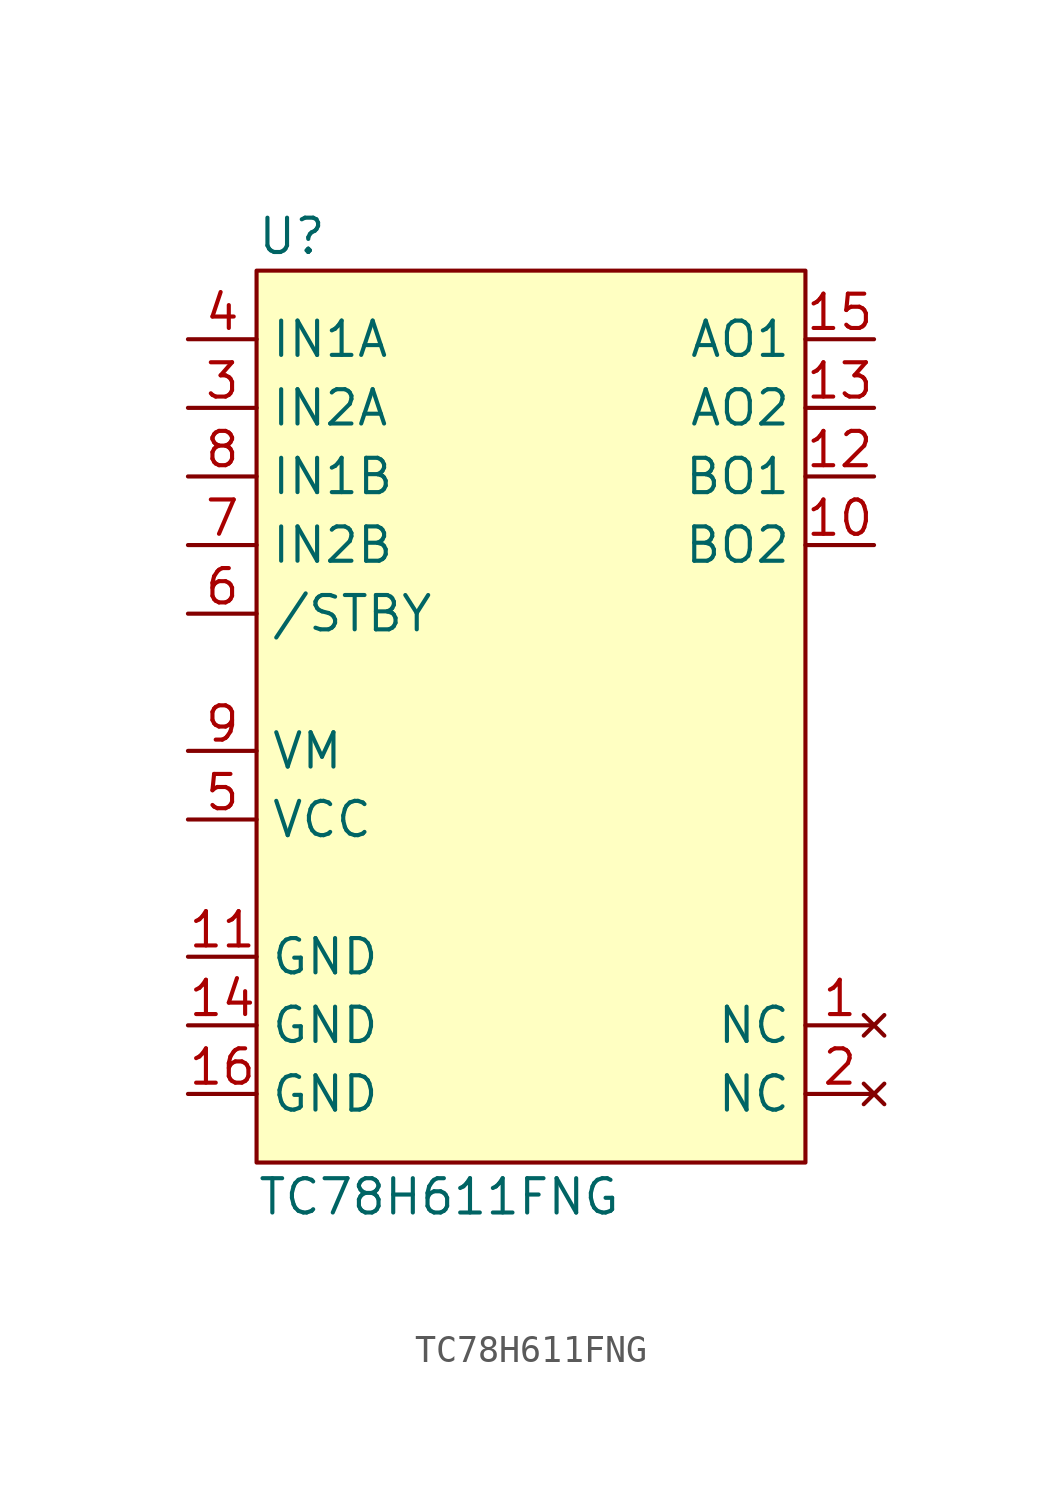
<source format=kicad_sym>
(kicad_symbol_lib
  (version 20211014)
  (generator kicad_symbol_editor)
  (symbol "TC78H611FNG"
    (property "Reference" "U"
      (at 0 1.27 0)
      (effects (font (size 1.27 1.27)) (justify left)))
    (property "Value" "TC78H611FNG"
      (at 0 -34.29 0)
      (effects (font (size 1.27 1.27)) (justify left)))
    (symbol "TC78H611FNG_0_1"
      (rectangle (start 20.32 -33.02) (end 0 0) (stroke (width 0) (type default) (color 0 0 0 0)) (fill (type background))))
    (symbol "TC78H611FNG_1_1"
      (pin no_connect line (at 22.86 -27.94 180) (length 2.54) (name "NC" (effects (font (size 1.27 1.27)))) (number "1" (effects (font (size 1.27 1.27)))))
      (pin output line (at 22.86 -10.16 180) (length 2.54) (name "BO2" (effects (font (size 1.27 1.27)))) (number "10" (effects (font (size 1.27 1.27)))))
      (pin power_in line (at -2.54 -25.4 0) (length 2.54) (name "GND" (effects (font (size 1.27 1.27)))) (number "11" (effects (font (size 1.27 1.27)))))
      (pin output line (at 22.86 -7.62 180) (length 2.54) (name "BO1" (effects (font (size 1.27 1.27)))) (number "12" (effects (font (size 1.27 1.27)))))
      (pin output line (at 22.86 -5.08 180) (length 2.54) (name "AO2" (effects (font (size 1.27 1.27)))) (number "13" (effects (font (size 1.27 1.27)))))
      (pin power_in line (at -2.54 -27.94 0) (length 2.54) (name "GND" (effects (font (size 1.27 1.27)))) (number "14" (effects (font (size 1.27 1.27)))))
      (pin output line (at 22.86 -2.54 180) (length 2.54) (name "AO1" (effects (font (size 1.27 1.27)))) (number "15" (effects (font (size 1.27 1.27)))))
      (pin power_in line (at -2.54 -30.48 0) (length 2.54) (name "GND" (effects (font (size 1.27 1.27)))) (number "16" (effects (font (size 1.27 1.27)))))
      (pin no_connect line (at 22.86 -30.48 180) (length 2.54) (name "NC" (effects (font (size 1.27 1.27)))) (number "2" (effects (font (size 1.27 1.27)))))
      (pin input line (at -2.54 -5.08 0) (length 2.54) (name "IN2A" (effects (font (size 1.27 1.27)))) (number "3" (effects (font (size 1.27 1.27)))))
      (pin input line (at -2.54 -2.54 0) (length 2.54) (name "IN1A" (effects (font (size 1.27 1.27)))) (number "4" (effects (font (size 1.27 1.27)))))
      (pin power_in line (at -2.54 -20.32 0) (length 2.54) (name "VCC" (effects (font (size 1.27 1.27)))) (number "5" (effects (font (size 1.27 1.27)))))
      (pin input line (at -2.54 -12.7 0) (length 2.54) (name "/STBY" (effects (font (size 1.27 1.27)))) (number "6" (effects (font (size 1.27 1.27)))))
      (pin input line (at -2.54 -10.16 0) (length 2.54) (name "IN2B" (effects (font (size 1.27 1.27)))) (number "7" (effects (font (size 1.27 1.27)))))
      (pin input line (at -2.54 -7.62 0) (length 2.54) (name "IN1B" (effects (font (size 1.27 1.27)))) (number "8" (effects (font (size 1.27 1.27)))))
      (pin power_in line (at -2.54 -17.78 0) (length 2.54) (name "VM" (effects (font (size 1.27 1.27)))) (number "9" (effects (font (size 1.27 1.27))))))))
</source>
